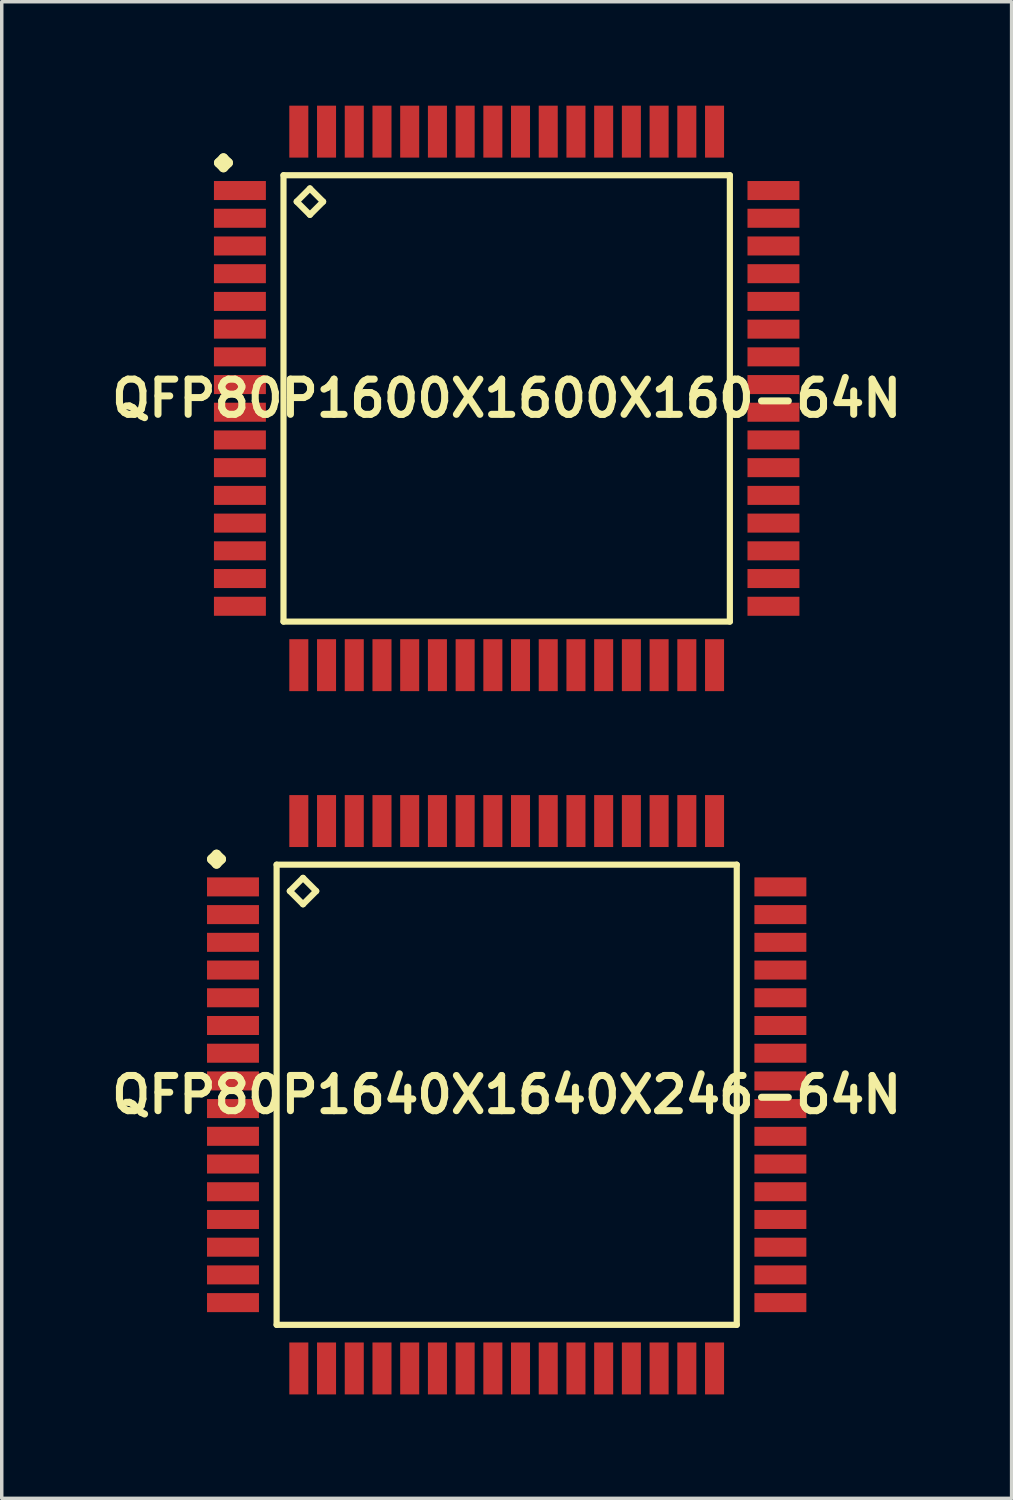
<source format=kicad_pcb>
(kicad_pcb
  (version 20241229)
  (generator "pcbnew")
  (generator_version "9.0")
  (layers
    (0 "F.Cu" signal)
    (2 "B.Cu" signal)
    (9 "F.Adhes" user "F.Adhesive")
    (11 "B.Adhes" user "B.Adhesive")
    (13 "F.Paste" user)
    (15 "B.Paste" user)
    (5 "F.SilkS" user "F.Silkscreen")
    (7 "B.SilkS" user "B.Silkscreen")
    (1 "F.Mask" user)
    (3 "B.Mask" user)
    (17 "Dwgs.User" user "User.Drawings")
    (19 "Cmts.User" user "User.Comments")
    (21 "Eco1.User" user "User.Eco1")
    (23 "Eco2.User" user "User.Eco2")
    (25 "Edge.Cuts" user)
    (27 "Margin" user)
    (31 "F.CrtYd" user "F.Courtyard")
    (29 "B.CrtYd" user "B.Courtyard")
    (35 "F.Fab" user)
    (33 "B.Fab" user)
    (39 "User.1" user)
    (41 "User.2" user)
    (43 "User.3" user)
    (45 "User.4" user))
  (footprint "QFP80P1600X1600X160-64N"
    (layer "F.Cu")
    (at 11.573 8.448)
    (property "Reference" "QFP80P1600X1600X160-64N" (at 0 0 0) (layer "F.SilkS") (effects (font (size 1.016 1.016) (thickness 0.203))))
    (attr smd)
    (fp_line (start -8.311 -6.8) (end -8.174 -6.937) (stroke (width 0.274) (type solid)) (layer "F.SilkS"))
    (fp_line (start -8.174 -6.937) (end -8.037 -6.8) (stroke (width 0.274) (type solid)) (layer "F.SilkS"))
    (fp_line (start -8.174 -6.662) (end -8.311 -6.8) (stroke (width 0.274) (type solid)) (layer "F.SilkS"))
    (fp_line (start -8.037 -6.8) (end -8.174 -6.662) (stroke (width 0.274) (type solid)) (layer "F.SilkS"))
    (fp_line (start -6.441 -6.441) (end -6.441 6.441) (stroke (width 0.178) (type solid)) (layer "F.SilkS"))
    (fp_line (start -6.441 6.441) (end 6.441 6.441) (stroke (width 0.178) (type solid)) (layer "F.SilkS"))
    (fp_line (start -6.06 -5.679) (end -5.679 -6.06) (stroke (width 0.178) (type solid)) (layer "F.SilkS"))
    (fp_line (start -5.679 -6.06) (end -5.298 -5.679) (stroke (width 0.178) (type solid)) (layer "F.SilkS"))
    (fp_line (start -5.679 -5.298) (end -6.06 -5.679) (stroke (width 0.178) (type solid)) (layer "F.SilkS"))
    (fp_line (start -5.298 -5.679) (end -5.679 -5.298) (stroke (width 0.178) (type solid)) (layer "F.SilkS"))
    (fp_line (start 6.441 -6.441) (end -6.441 -6.441) (stroke (width 0.178) (type solid)) (layer "F.SilkS"))
    (fp_line (start 6.441 6.441) (end 6.441 -6.441) (stroke (width 0.178) (type solid)) (layer "F.SilkS"))
    (pad "1" smd rect (at -7.699 -5.999) (size 1.499 0.549) (layers "F.Cu" "F.Mask" "F.Paste"))
    (pad "2" smd rect (at -7.699 -5.199) (size 1.499 0.549) (layers "F.Cu" "F.Mask" "F.Paste"))
    (pad "3" smd rect (at -7.699 -4.399) (size 1.499 0.549) (layers "F.Cu" "F.Mask" "F.Paste"))
    (pad "4" smd rect (at -7.699 -3.599) (size 1.499 0.549) (layers "F.Cu" "F.Mask" "F.Paste"))
    (pad "5" smd rect (at -7.699 -2.799) (size 1.499 0.549) (layers "F.Cu" "F.Mask" "F.Paste"))
    (pad "6" smd rect (at -7.699 -1.999) (size 1.499 0.549) (layers "F.Cu" "F.Mask" "F.Paste"))
    (pad "7" smd rect (at -7.699 -1.199) (size 1.499 0.549) (layers "F.Cu" "F.Mask" "F.Paste"))
    (pad "8" smd rect (at -7.699 -0.399) (size 1.499 0.549) (layers "F.Cu" "F.Mask" "F.Paste"))
    (pad "9" smd rect (at -7.699 0.399) (size 1.499 0.549) (layers "F.Cu" "F.Mask" "F.Paste"))
    (pad "10" smd rect (at -7.699 1.199) (size 1.499 0.549) (layers "F.Cu" "F.Mask" "F.Paste"))
    (pad "11" smd rect (at -7.699 1.999) (size 1.499 0.549) (layers "F.Cu" "F.Mask" "F.Paste"))
    (pad "12" smd rect (at -7.699 2.799) (size 1.499 0.549) (layers "F.Cu" "F.Mask" "F.Paste"))
    (pad "13" smd rect (at -7.699 3.599) (size 1.499 0.549) (layers "F.Cu" "F.Mask" "F.Paste"))
    (pad "14" smd rect (at -7.699 4.399) (size 1.499 0.549) (layers "F.Cu" "F.Mask" "F.Paste"))
    (pad "15" smd rect (at -7.699 5.199) (size 1.499 0.549) (layers "F.Cu" "F.Mask" "F.Paste"))
    (pad "16" smd rect (at -7.699 5.999) (size 1.499 0.549) (layers "F.Cu" "F.Mask" "F.Paste"))
    (pad "17" smd rect (at -5.999 7.699) (size 0.549 1.499) (layers "F.Cu" "F.Mask" "F.Paste"))
    (pad "18" smd rect (at -5.199 7.699) (size 0.549 1.499) (layers "F.Cu" "F.Mask" "F.Paste"))
    (pad "19" smd rect (at -4.399 7.699) (size 0.549 1.499) (layers "F.Cu" "F.Mask" "F.Paste"))
    (pad "20" smd rect (at -3.599 7.699) (size 0.549 1.499) (layers "F.Cu" "F.Mask" "F.Paste"))
    (pad "21" smd rect (at -2.799 7.699) (size 0.549 1.499) (layers "F.Cu" "F.Mask" "F.Paste"))
    (pad "22" smd rect (at -1.999 7.699) (size 0.549 1.499) (layers "F.Cu" "F.Mask" "F.Paste"))
    (pad "23" smd rect (at -1.199 7.699) (size 0.549 1.499) (layers "F.Cu" "F.Mask" "F.Paste"))
    (pad "24" smd rect (at -0.399 7.699) (size 0.549 1.499) (layers "F.Cu" "F.Mask" "F.Paste"))
    (pad "25" smd rect (at 0.399 7.699) (size 0.549 1.499) (layers "F.Cu" "F.Mask" "F.Paste"))
    (pad "26" smd rect (at 1.199 7.699) (size 0.549 1.499) (layers "F.Cu" "F.Mask" "F.Paste"))
    (pad "27" smd rect (at 1.999 7.699) (size 0.549 1.499) (layers "F.Cu" "F.Mask" "F.Paste"))
    (pad "28" smd rect (at 2.799 7.699) (size 0.549 1.499) (layers "F.Cu" "F.Mask" "F.Paste"))
    (pad "29" smd rect (at 3.599 7.699) (size 0.549 1.499) (layers "F.Cu" "F.Mask" "F.Paste"))
    (pad "30" smd rect (at 4.399 7.699) (size 0.549 1.499) (layers "F.Cu" "F.Mask" "F.Paste"))
    (pad "31" smd rect (at 5.199 7.699) (size 0.549 1.499) (layers "F.Cu" "F.Mask" "F.Paste"))
    (pad "32" smd rect (at 5.999 7.699) (size 0.549 1.499) (layers "F.Cu" "F.Mask" "F.Paste"))
    (pad "33" smd rect (at 7.699 5.999) (size 1.499 0.549) (layers "F.Cu" "F.Mask" "F.Paste"))
    (pad "34" smd rect (at 7.699 5.199) (size 1.499 0.549) (layers "F.Cu" "F.Mask" "F.Paste"))
    (pad "35" smd rect (at 7.699 4.399) (size 1.499 0.549) (layers "F.Cu" "F.Mask" "F.Paste"))
    (pad "36" smd rect (at 7.699 3.599) (size 1.499 0.549) (layers "F.Cu" "F.Mask" "F.Paste"))
    (pad "37" smd rect (at 7.699 2.799) (size 1.499 0.549) (layers "F.Cu" "F.Mask" "F.Paste"))
    (pad "38" smd rect (at 7.699 1.999) (size 1.499 0.549) (layers "F.Cu" "F.Mask" "F.Paste"))
    (pad "39" smd rect (at 7.699 1.199) (size 1.499 0.549) (layers "F.Cu" "F.Mask" "F.Paste"))
    (pad "40" smd rect (at 7.699 0.399) (size 1.499 0.549) (layers "F.Cu" "F.Mask" "F.Paste"))
    (pad "41" smd rect (at 7.699 -0.399) (size 1.499 0.549) (layers "F.Cu" "F.Mask" "F.Paste"))
    (pad "42" smd rect (at 7.699 -1.199) (size 1.499 0.549) (layers "F.Cu" "F.Mask" "F.Paste"))
    (pad "43" smd rect (at 7.699 -1.999) (size 1.499 0.549) (layers "F.Cu" "F.Mask" "F.Paste"))
    (pad "44" smd rect (at 7.699 -2.799) (size 1.499 0.549) (layers "F.Cu" "F.Mask" "F.Paste"))
    (pad "45" smd rect (at 7.699 -3.599) (size 1.499 0.549) (layers "F.Cu" "F.Mask" "F.Paste"))
    (pad "46" smd rect (at 7.699 -4.399) (size 1.499 0.549) (layers "F.Cu" "F.Mask" "F.Paste"))
    (pad "47" smd rect (at 7.699 -5.199) (size 1.499 0.549) (layers "F.Cu" "F.Mask" "F.Paste"))
    (pad "48" smd rect (at 7.699 -5.999) (size 1.499 0.549) (layers "F.Cu" "F.Mask" "F.Paste"))
    (pad "49" smd rect (at 5.999 -7.699) (size 0.549 1.499) (layers "F.Cu" "F.Mask" "F.Paste"))
    (pad "50" smd rect (at 5.199 -7.699) (size 0.549 1.499) (layers "F.Cu" "F.Mask" "F.Paste"))
    (pad "51" smd rect (at 4.399 -7.699) (size 0.549 1.499) (layers "F.Cu" "F.Mask" "F.Paste"))
    (pad "52" smd rect (at 3.599 -7.699) (size 0.549 1.499) (layers "F.Cu" "F.Mask" "F.Paste"))
    (pad "53" smd rect (at 2.799 -7.699) (size 0.549 1.499) (layers "F.Cu" "F.Mask" "F.Paste"))
    (pad "54" smd rect (at 1.999 -7.699) (size 0.549 1.499) (layers "F.Cu" "F.Mask" "F.Paste"))
    (pad "55" smd rect (at 1.199 -7.699) (size 0.549 1.499) (layers "F.Cu" "F.Mask" "F.Paste"))
    (pad "56" smd rect (at 0.399 -7.699) (size 0.549 1.499) (layers "F.Cu" "F.Mask" "F.Paste"))
    (pad "57" smd rect (at -0.399 -7.699) (size 0.549 1.499) (layers "F.Cu" "F.Mask" "F.Paste"))
    (pad "58" smd rect (at -1.199 -7.699) (size 0.549 1.499) (layers "F.Cu" "F.Mask" "F.Paste"))
    (pad "59" smd rect (at -1.999 -7.699) (size 0.549 1.499) (layers "F.Cu" "F.Mask" "F.Paste"))
    (pad "60" smd rect (at -2.799 -7.699) (size 0.549 1.499) (layers "F.Cu" "F.Mask" "F.Paste"))
    (pad "61" smd rect (at -3.599 -7.699) (size 0.549 1.499) (layers "F.Cu" "F.Mask" "F.Paste"))
    (pad "62" smd rect (at -4.399 -7.699) (size 0.549 1.499) (layers "F.Cu" "F.Mask" "F.Paste"))
    (pad "63" smd rect (at -5.199 -7.699) (size 0.549 1.499) (layers "F.Cu" "F.Mask" "F.Paste"))
    (pad "64" smd rect (at -5.999 -7.699) (size 0.549 1.499) (layers "F.Cu" "F.Mask" "F.Paste")))
  (footprint "QFP80P1640X1640X246-64N"
    (layer "F.Cu")
    (at 11.573 28.545)
    (property "Reference" "QFP80P1640X1640X246-64N" (at 0 0 0) (layer "F.SilkS") (effects (font (size 1.016 1.016) (thickness 0.203))))
    (attr smd)
    (fp_line (start -8.512 -6.8) (end -8.374 -6.937) (stroke (width 0.274) (type solid)) (layer "F.SilkS"))
    (fp_line (start -8.374 -6.937) (end -8.237 -6.8) (stroke (width 0.274) (type solid)) (layer "F.SilkS"))
    (fp_line (start -8.374 -6.662) (end -8.512 -6.8) (stroke (width 0.274) (type solid)) (layer "F.SilkS"))
    (fp_line (start -8.237 -6.8) (end -8.374 -6.662) (stroke (width 0.274) (type solid)) (layer "F.SilkS"))
    (fp_line (start -6.64 -6.64) (end -6.64 6.64) (stroke (width 0.178) (type solid)) (layer "F.SilkS"))
    (fp_line (start -6.64 6.64) (end 6.64 6.64) (stroke (width 0.178) (type solid)) (layer "F.SilkS"))
    (fp_line (start -6.259 -5.878) (end -5.878 -6.259) (stroke (width 0.178) (type solid)) (layer "F.SilkS"))
    (fp_line (start -5.878 -6.259) (end -5.497 -5.878) (stroke (width 0.178) (type solid)) (layer "F.SilkS"))
    (fp_line (start -5.878 -5.497) (end -6.259 -5.878) (stroke (width 0.178) (type solid)) (layer "F.SilkS"))
    (fp_line (start -5.497 -5.878) (end -5.878 -5.497) (stroke (width 0.178) (type solid)) (layer "F.SilkS"))
    (fp_line (start 6.64 -6.64) (end -6.64 -6.64) (stroke (width 0.178) (type solid)) (layer "F.SilkS"))
    (fp_line (start 6.64 6.64) (end 6.64 -6.64) (stroke (width 0.178) (type solid)) (layer "F.SilkS"))
    (pad "1" smd rect (at -7.899 -5.999) (size 1.499 0.549) (layers "F.Cu" "F.Mask" "F.Paste"))
    (pad "2" smd rect (at -7.899 -5.199) (size 1.499 0.549) (layers "F.Cu" "F.Mask" "F.Paste"))
    (pad "3" smd rect (at -7.899 -4.399) (size 1.499 0.549) (layers "F.Cu" "F.Mask" "F.Paste"))
    (pad "4" smd rect (at -7.899 -3.599) (size 1.499 0.549) (layers "F.Cu" "F.Mask" "F.Paste"))
    (pad "5" smd rect (at -7.899 -2.799) (size 1.499 0.549) (layers "F.Cu" "F.Mask" "F.Paste"))
    (pad "6" smd rect (at -7.899 -1.999) (size 1.499 0.549) (layers "F.Cu" "F.Mask" "F.Paste"))
    (pad "7" smd rect (at -7.899 -1.199) (size 1.499 0.549) (layers "F.Cu" "F.Mask" "F.Paste"))
    (pad "8" smd rect (at -7.899 -0.399) (size 1.499 0.549) (layers "F.Cu" "F.Mask" "F.Paste"))
    (pad "9" smd rect (at -7.899 0.399) (size 1.499 0.549) (layers "F.Cu" "F.Mask" "F.Paste"))
    (pad "10" smd rect (at -7.899 1.199) (size 1.499 0.549) (layers "F.Cu" "F.Mask" "F.Paste"))
    (pad "11" smd rect (at -7.899 1.999) (size 1.499 0.549) (layers "F.Cu" "F.Mask" "F.Paste"))
    (pad "12" smd rect (at -7.899 2.799) (size 1.499 0.549) (layers "F.Cu" "F.Mask" "F.Paste"))
    (pad "13" smd rect (at -7.899 3.599) (size 1.499 0.549) (layers "F.Cu" "F.Mask" "F.Paste"))
    (pad "14" smd rect (at -7.899 4.399) (size 1.499 0.549) (layers "F.Cu" "F.Mask" "F.Paste"))
    (pad "15" smd rect (at -7.899 5.199) (size 1.499 0.549) (layers "F.Cu" "F.Mask" "F.Paste"))
    (pad "16" smd rect (at -7.899 5.999) (size 1.499 0.549) (layers "F.Cu" "F.Mask" "F.Paste"))
    (pad "17" smd rect (at -5.999 7.899) (size 0.549 1.499) (layers "F.Cu" "F.Mask" "F.Paste"))
    (pad "18" smd rect (at -5.199 7.899) (size 0.549 1.499) (layers "F.Cu" "F.Mask" "F.Paste"))
    (pad "19" smd rect (at -4.399 7.899) (size 0.549 1.499) (layers "F.Cu" "F.Mask" "F.Paste"))
    (pad "20" smd rect (at -3.599 7.899) (size 0.549 1.499) (layers "F.Cu" "F.Mask" "F.Paste"))
    (pad "21" smd rect (at -2.799 7.899) (size 0.549 1.499) (layers "F.Cu" "F.Mask" "F.Paste"))
    (pad "22" smd rect (at -1.999 7.899) (size 0.549 1.499) (layers "F.Cu" "F.Mask" "F.Paste"))
    (pad "23" smd rect (at -1.199 7.899) (size 0.549 1.499) (layers "F.Cu" "F.Mask" "F.Paste"))
    (pad "24" smd rect (at -0.399 7.899) (size 0.549 1.499) (layers "F.Cu" "F.Mask" "F.Paste"))
    (pad "25" smd rect (at 0.399 7.899) (size 0.549 1.499) (layers "F.Cu" "F.Mask" "F.Paste"))
    (pad "26" smd rect (at 1.199 7.899) (size 0.549 1.499) (layers "F.Cu" "F.Mask" "F.Paste"))
    (pad "27" smd rect (at 1.999 7.899) (size 0.549 1.499) (layers "F.Cu" "F.Mask" "F.Paste"))
    (pad "28" smd rect (at 2.799 7.899) (size 0.549 1.499) (layers "F.Cu" "F.Mask" "F.Paste"))
    (pad "29" smd rect (at 3.599 7.899) (size 0.549 1.499) (layers "F.Cu" "F.Mask" "F.Paste"))
    (pad "30" smd rect (at 4.399 7.899) (size 0.549 1.499) (layers "F.Cu" "F.Mask" "F.Paste"))
    (pad "31" smd rect (at 5.199 7.899) (size 0.549 1.499) (layers "F.Cu" "F.Mask" "F.Paste"))
    (pad "32" smd rect (at 5.999 7.899) (size 0.549 1.499) (layers "F.Cu" "F.Mask" "F.Paste"))
    (pad "33" smd rect (at 7.899 5.999) (size 1.499 0.549) (layers "F.Cu" "F.Mask" "F.Paste"))
    (pad "34" smd rect (at 7.899 5.199) (size 1.499 0.549) (layers "F.Cu" "F.Mask" "F.Paste"))
    (pad "35" smd rect (at 7.899 4.399) (size 1.499 0.549) (layers "F.Cu" "F.Mask" "F.Paste"))
    (pad "36" smd rect (at 7.899 3.599) (size 1.499 0.549) (layers "F.Cu" "F.Mask" "F.Paste"))
    (pad "37" smd rect (at 7.899 2.799) (size 1.499 0.549) (layers "F.Cu" "F.Mask" "F.Paste"))
    (pad "38" smd rect (at 7.899 1.999) (size 1.499 0.549) (layers "F.Cu" "F.Mask" "F.Paste"))
    (pad "39" smd rect (at 7.899 1.199) (size 1.499 0.549) (layers "F.Cu" "F.Mask" "F.Paste"))
    (pad "40" smd rect (at 7.899 0.399) (size 1.499 0.549) (layers "F.Cu" "F.Mask" "F.Paste"))
    (pad "41" smd rect (at 7.899 -0.399) (size 1.499 0.549) (layers "F.Cu" "F.Mask" "F.Paste"))
    (pad "42" smd rect (at 7.899 -1.199) (size 1.499 0.549) (layers "F.Cu" "F.Mask" "F.Paste"))
    (pad "43" smd rect (at 7.899 -1.999) (size 1.499 0.549) (layers "F.Cu" "F.Mask" "F.Paste"))
    (pad "44" smd rect (at 7.899 -2.799) (size 1.499 0.549) (layers "F.Cu" "F.Mask" "F.Paste"))
    (pad "45" smd rect (at 7.899 -3.599) (size 1.499 0.549) (layers "F.Cu" "F.Mask" "F.Paste"))
    (pad "46" smd rect (at 7.899 -4.399) (size 1.499 0.549) (layers "F.Cu" "F.Mask" "F.Paste"))
    (pad "47" smd rect (at 7.899 -5.199) (size 1.499 0.549) (layers "F.Cu" "F.Mask" "F.Paste"))
    (pad "48" smd rect (at 7.899 -5.999) (size 1.499 0.549) (layers "F.Cu" "F.Mask" "F.Paste"))
    (pad "49" smd rect (at 5.999 -7.899) (size 0.549 1.499) (layers "F.Cu" "F.Mask" "F.Paste"))
    (pad "50" smd rect (at 5.199 -7.899) (size 0.549 1.499) (layers "F.Cu" "F.Mask" "F.Paste"))
    (pad "51" smd rect (at 4.399 -7.899) (size 0.549 1.499) (layers "F.Cu" "F.Mask" "F.Paste"))
    (pad "52" smd rect (at 3.599 -7.899) (size 0.549 1.499) (layers "F.Cu" "F.Mask" "F.Paste"))
    (pad "53" smd rect (at 2.799 -7.899) (size 0.549 1.499) (layers "F.Cu" "F.Mask" "F.Paste"))
    (pad "54" smd rect (at 1.999 -7.899) (size 0.549 1.499) (layers "F.Cu" "F.Mask" "F.Paste"))
    (pad "55" smd rect (at 1.199 -7.899) (size 0.549 1.499) (layers "F.Cu" "F.Mask" "F.Paste"))
    (pad "56" smd rect (at 0.399 -7.899) (size 0.549 1.499) (layers "F.Cu" "F.Mask" "F.Paste"))
    (pad "57" smd rect (at -0.399 -7.899) (size 0.549 1.499) (layers "F.Cu" "F.Mask" "F.Paste"))
    (pad "58" smd rect (at -1.199 -7.899) (size 0.549 1.499) (layers "F.Cu" "F.Mask" "F.Paste"))
    (pad "59" smd rect (at -1.999 -7.899) (size 0.549 1.499) (layers "F.Cu" "F.Mask" "F.Paste"))
    (pad "60" smd rect (at -2.799 -7.899) (size 0.549 1.499) (layers "F.Cu" "F.Mask" "F.Paste"))
    (pad "61" smd rect (at -3.599 -7.899) (size 0.549 1.499) (layers "F.Cu" "F.Mask" "F.Paste"))
    (pad "62" smd rect (at -4.399 -7.899) (size 0.549 1.499) (layers "F.Cu" "F.Mask" "F.Paste"))
    (pad "63" smd rect (at -5.199 -7.899) (size 0.549 1.499) (layers "F.Cu" "F.Mask" "F.Paste"))
    (pad "64" smd rect (at -5.999 -7.899) (size 0.549 1.499) (layers "F.Cu" "F.Mask" "F.Paste")))
  (gr_rect
    (start -3 -3)
    (end 26.145 40.193)
    (stroke (width 0.1) (type default))
    (fill no)
    (layer "Edge.Cuts")))
</source>
